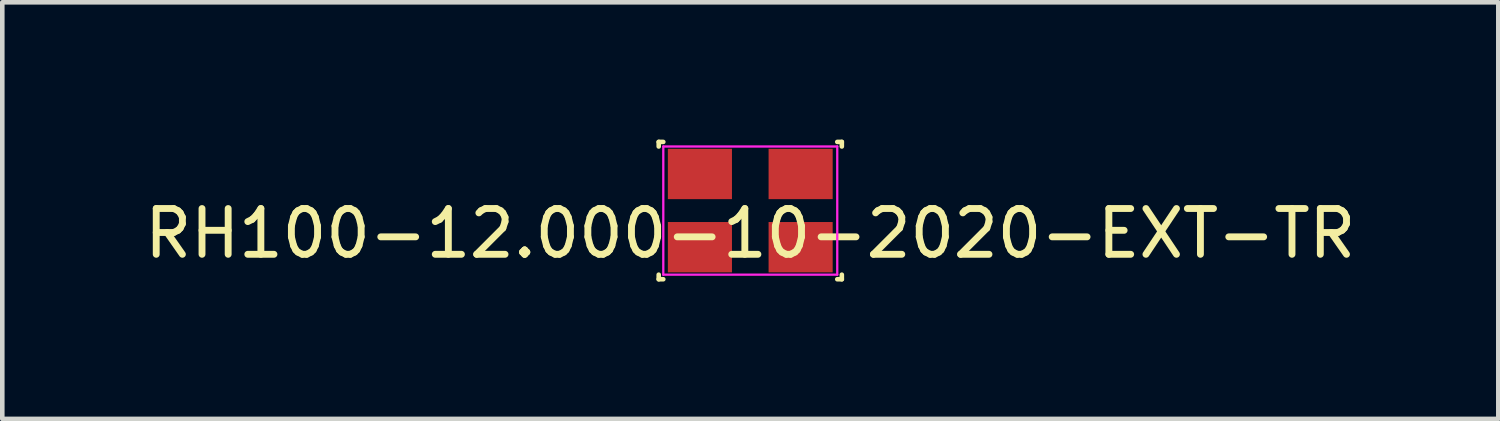
<source format=kicad_pcb>
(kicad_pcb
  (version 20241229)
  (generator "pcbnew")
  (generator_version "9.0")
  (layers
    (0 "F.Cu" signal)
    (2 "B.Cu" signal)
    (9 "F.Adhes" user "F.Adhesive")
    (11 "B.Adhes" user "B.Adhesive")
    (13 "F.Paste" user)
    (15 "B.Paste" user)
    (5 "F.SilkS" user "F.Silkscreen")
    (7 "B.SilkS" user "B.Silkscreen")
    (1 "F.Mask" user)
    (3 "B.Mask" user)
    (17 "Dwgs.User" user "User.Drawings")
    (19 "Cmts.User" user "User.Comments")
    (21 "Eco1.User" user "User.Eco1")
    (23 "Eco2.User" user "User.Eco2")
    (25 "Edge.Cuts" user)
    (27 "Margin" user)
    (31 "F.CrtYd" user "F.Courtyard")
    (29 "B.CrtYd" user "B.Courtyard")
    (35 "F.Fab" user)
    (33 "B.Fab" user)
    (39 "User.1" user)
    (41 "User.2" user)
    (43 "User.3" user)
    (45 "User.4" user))
  (footprint "RH100-12.000-10-2020-EXT-TR"
    (layer "F.Cu")
    (at 13.339 1.55)
    (property "Reference" "RH100-12.000-10-2020-EXT-TR" (at 0 0.5 0) (layer "F.SilkS") (effects (font (size 1 1) (thickness 0.15))))
    (attr through_hole)
    (fp_line (start -2 -1.5) (end -1.9 -1.5) (stroke (width 0.1) (type solid)) (layer "F.SilkS"))
    (fp_line (start -2 -1.4) (end -2 -1.5) (stroke (width 0.1) (type solid)) (layer "F.SilkS"))
    (fp_line (start -2 1.4) (end -2 1.5) (stroke (width 0.1) (type solid)) (layer "F.SilkS"))
    (fp_line (start -2 1.5) (end -1.9 1.5) (stroke (width 0.1) (type solid)) (layer "F.SilkS"))
    (fp_line (start 1.9 -1.5) (end 2 -1.5) (stroke (width 0.1) (type solid)) (layer "F.SilkS"))
    (fp_line (start 1.9 1.5) (end 2 1.5) (stroke (width 0.1) (type solid)) (layer "F.SilkS"))
    (fp_line (start 2 -1.5) (end 2 -1.4) (stroke (width 0.1) (type solid)) (layer "F.SilkS"))
    (fp_line (start 2 1.5) (end 2 1.4) (stroke (width 0.1) (type solid)) (layer "F.SilkS"))
    (fp_line (start -1.9 -1.4) (end 1.9 -1.4) (stroke (width 0.05) (type solid)) (layer "F.CrtYd"))
    (fp_line (start -1.9 1.4) (end -1.9 -1.4) (stroke (width 0.05) (type solid)) (layer "F.CrtYd"))
    (fp_line (start 1.9 -1.4) (end 1.9 1.4) (stroke (width 0.05) (type solid)) (layer "F.CrtYd"))
    (fp_line (start 1.9 1.4) (end -1.9 1.4) (stroke (width 0.05) (type solid)) (layer "F.CrtYd"))
    (pad "1" smd rect (at -1.1 0.8) (size 1.4 1.1) (layers "F.Cu" "F.Mask" "F.Paste"))
    (pad "2" smd rect (at 1.1 0.8) (size 1.4 1.1) (layers "F.Cu" "F.Mask" "F.Paste"))
    (pad "3" smd rect (at 1.1 -0.8) (size 1.4 1.1) (layers "F.Cu" "F.Mask" "F.Paste"))
    (pad "4" smd rect (at -1.1 -0.8) (size 1.4 1.1) (layers "F.Cu" "F.Mask" "F.Paste")))
  (gr_rect
    (start -3 -3)
    (end 29.679 6.1)
    (stroke (width 0.1) (type default))
    (fill no)
    (layer "Edge.Cuts")))
</source>
